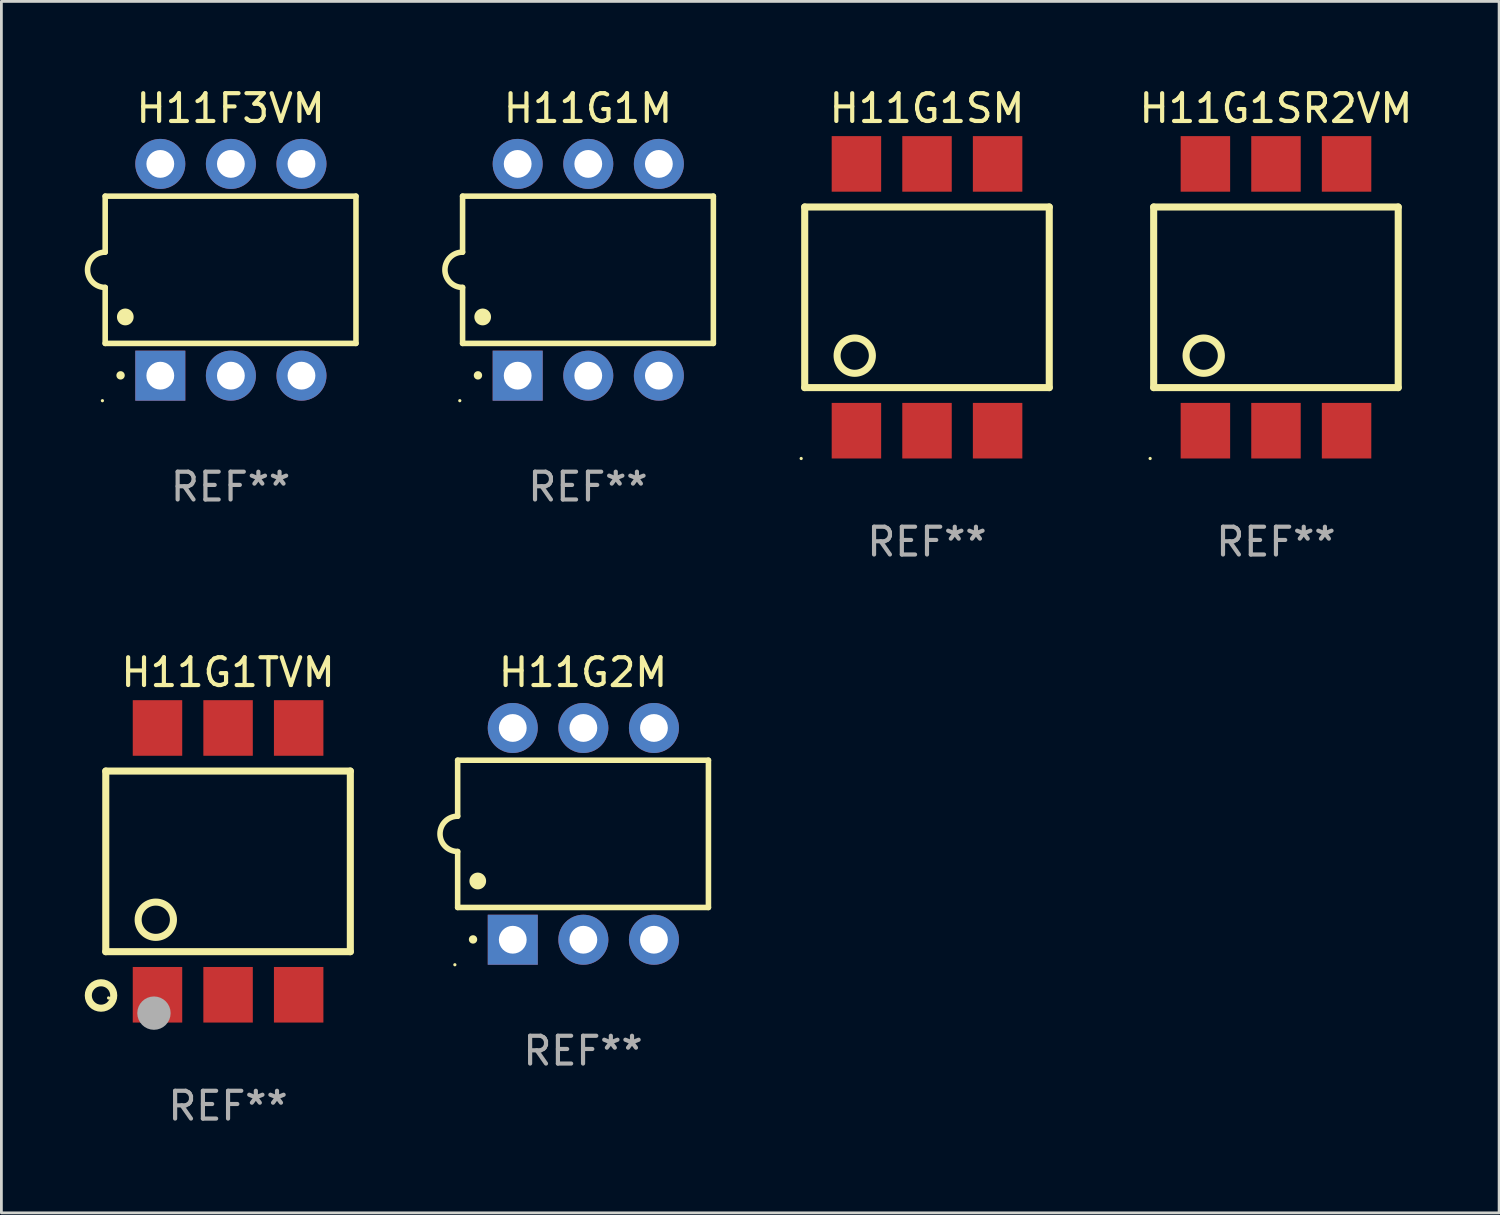
<source format=kicad_pcb>
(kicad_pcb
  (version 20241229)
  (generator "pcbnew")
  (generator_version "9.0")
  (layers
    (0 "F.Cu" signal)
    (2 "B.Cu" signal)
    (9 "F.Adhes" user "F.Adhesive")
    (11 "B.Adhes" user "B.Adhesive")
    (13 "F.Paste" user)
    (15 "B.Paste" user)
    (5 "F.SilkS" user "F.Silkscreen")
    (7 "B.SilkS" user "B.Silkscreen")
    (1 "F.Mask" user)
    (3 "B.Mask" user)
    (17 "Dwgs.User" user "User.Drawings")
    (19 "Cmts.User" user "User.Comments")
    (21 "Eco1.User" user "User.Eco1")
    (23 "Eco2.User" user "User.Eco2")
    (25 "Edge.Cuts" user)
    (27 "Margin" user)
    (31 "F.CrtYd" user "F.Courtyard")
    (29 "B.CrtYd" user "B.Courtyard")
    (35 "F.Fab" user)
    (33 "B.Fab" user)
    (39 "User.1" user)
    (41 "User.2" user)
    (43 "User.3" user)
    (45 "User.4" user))
  (footprint "H11G1TVM"
    (layer "F.Cu")
    (at 5.156 27.945)
    (property "Reference" "H11G1TVM" (at 0 -6.8 0) (layer "F.SilkS") (effects (font (size 1 1) (thickness 0.15))))
    (attr through_hole)
    (fp_line (start -4.4 -3.25) (end -4.4 3.25) (stroke (width 0.254) (type solid)) (layer "F.SilkS"))
    (fp_line (start -4.4 -3.25) (end 4.4 -3.25) (stroke (width 0.254) (type solid)) (layer "F.SilkS"))
    (fp_line (start 4.4 3.25) (end -4.4 3.25) (stroke (width 0.254) (type solid)) (layer "F.SilkS"))
    (fp_line (start 4.4 3.25) (end 4.4 -3.25) (stroke (width 0.254) (type solid)) (layer "F.SilkS"))
    (fp_circle (center -4.571 4.826) (end -4.113 4.826) (stroke (width 0.254) (type solid)) (fill no) (layer "F.SilkS"))
    (fp_circle (center -4.299 4.915) (end -4.269 4.915) (stroke (width 0.06) (type solid)) (fill no) (layer "F.SilkS"))
    (fp_circle (center -2.6 2.1) (end -1.965 2.1) (stroke (width 0.254) (type solid)) (fill no) (layer "F.SilkS"))
    (fp_circle (center -2.666 5.461) (end -2.366 5.461) (stroke (width 0.6) (type solid)) (fill no) (layer "F.Fab"))
    (fp_text user "REF**" (at 0 8.8 0) (layer "F.Fab") (effects (font (size 1 1) (thickness 0.15))))
    (pad "1" smd rect (at -2.539 4.8) (size 1.78 2) (layers "F.Cu" "F.Mask" "F.Paste"))
    (pad "2" smd rect (at 0.001 4.8) (size 1.78 2) (layers "F.Cu" "F.Mask" "F.Paste"))
    (pad "3" smd rect (at 2.541 4.8) (size 1.78 2) (layers "F.Cu" "F.Mask" "F.Paste"))
    (pad "4" smd rect (at 2.541 -4.8) (size 1.78 2) (layers "F.Cu" "F.Mask" "F.Paste"))
    (pad "5" smd rect (at 0.001 -4.8) (size 1.78 2) (layers "F.Cu" "F.Mask" "F.Paste"))
    (pad "6" smd rect (at -2.539 -4.8) (size 1.78 2) (layers "F.Cu" "F.Mask" "F.Paste")))
  (footprint "H11G2M"
    (layer "F.Cu")
    (at 17.93 26.955)
    (property "Reference" "H11G2M" (at 0 -5.81 0) (layer "F.SilkS") (effects (font (size 1 1) (thickness 0.15))))
    (attr through_hole)
    (fp_line (start -4.512 -2.649) (end 4.512 -2.649) (stroke (width 0.2) (type solid)) (layer "F.SilkS"))
    (fp_line (start -4.512 -0.635) (end -4.512 -2.649) (stroke (width 0.2) (type solid)) (layer "F.SilkS"))
    (fp_line (start -4.512 2.649) (end -4.512 0.635) (stroke (width 0.2) (type solid)) (layer "F.SilkS"))
    (fp_line (start 4.512 -2.649) (end 4.512 2.649) (stroke (width 0.2) (type solid)) (layer "F.SilkS"))
    (fp_line (start 4.512 2.649) (end -4.512 2.649) (stroke (width 0.2) (type solid)) (layer "F.SilkS"))
    (fp_arc (start -4.512319 0.635001) (mid -5.14732 0) (end -4.512319 -0.635001) (stroke (width 0.2) (type solid)) (layer "F.SilkS"))
    (fp_arc (start -3.958598 3.799848) (mid -3.958603 3.798578) (end -3.958598 3.797308) (stroke (width 0.3) (type solid)) (layer "F.SilkS"))
    (fp_arc (start -3.788418 1.699263) (mid -3.788429 1.696723) (end -3.788418 1.694183) (stroke (width 0.6) (type solid)) (layer "F.SilkS"))
    (fp_circle (center -4.612 4.71) (end -4.582 4.71) (stroke (width 0.06) (type solid)) (fill no) (layer "F.SilkS"))
    (fp_text user "REF**" (at 0 7.81 0) (layer "F.Fab") (effects (font (size 1 1) (thickness 0.15))))
    (pad "1" thru_hole rect (at -2.529 3.81 90) (size 1.8 1.8) (drill 1) (layers "*.Cu" "*.Mask"))
    (pad "2" thru_hole circle (at 0.011 3.81) (size 1.8 1.8) (drill 1) (layers "*.Cu" "*.Mask"))
    (pad "3" thru_hole circle (at 2.551 3.81) (size 1.8 1.8) (drill 1) (layers "*.Cu" "*.Mask"))
    (pad "4" thru_hole circle (at 2.551 -3.81) (size 1.8 1.8) (drill 1) (layers "*.Cu" "*.Mask"))
    (pad "5" thru_hole circle (at 0.011 -3.81) (size 1.8 1.8) (drill 1) (layers "*.Cu" "*.Mask"))
    (pad "6" thru_hole circle (at -2.529 -3.81) (size 1.8 1.8) (drill 1) (layers "*.Cu" "*.Mask")))
  (footprint "H11G1M"
    (layer "F.Cu")
    (at 18.107 6.658)
    (property "Reference" "H11G1M" (at 0 -5.81 0) (layer "F.SilkS") (effects (font (size 1 1) (thickness 0.15))))
    (attr through_hole)
    (fp_line (start -4.512 -2.649) (end 4.512 -2.649) (stroke (width 0.2) (type solid)) (layer "F.SilkS"))
    (fp_line (start -4.512 -0.635) (end -4.512 -2.649) (stroke (width 0.2) (type solid)) (layer "F.SilkS"))
    (fp_line (start -4.512 2.649) (end -4.512 0.635) (stroke (width 0.2) (type solid)) (layer "F.SilkS"))
    (fp_line (start 4.512 -2.649) (end 4.512 2.649) (stroke (width 0.2) (type solid)) (layer "F.SilkS"))
    (fp_line (start 4.512 2.649) (end -4.512 2.649) (stroke (width 0.2) (type solid)) (layer "F.SilkS"))
    (fp_arc (start -4.512319 0.635001) (mid -5.14732 0) (end -4.512319 -0.635001) (stroke (width 0.2) (type solid)) (layer "F.SilkS"))
    (fp_arc (start -3.958598 3.799848) (mid -3.958603 3.798578) (end -3.958598 3.797308) (stroke (width 0.3) (type solid)) (layer "F.SilkS"))
    (fp_arc (start -3.788418 1.699263) (mid -3.788429 1.696723) (end -3.788418 1.694183) (stroke (width 0.6) (type solid)) (layer "F.SilkS"))
    (fp_circle (center -4.612 4.71) (end -4.582 4.71) (stroke (width 0.06) (type solid)) (fill no) (layer "F.SilkS"))
    (fp_text user "REF**" (at 0 7.81 0) (layer "F.Fab") (effects (font (size 1 1) (thickness 0.15))))
    (pad "1" thru_hole rect (at -2.529 3.81 90) (size 1.8 1.8) (drill 1) (layers "*.Cu" "*.Mask"))
    (pad "2" thru_hole circle (at 0.011 3.81) (size 1.8 1.8) (drill 1) (layers "*.Cu" "*.Mask"))
    (pad "3" thru_hole circle (at 2.551 3.81) (size 1.8 1.8) (drill 1) (layers "*.Cu" "*.Mask"))
    (pad "4" thru_hole circle (at 2.551 -3.81) (size 1.8 1.8) (drill 1) (layers "*.Cu" "*.Mask"))
    (pad "5" thru_hole circle (at 0.011 -3.81) (size 1.8 1.8) (drill 1) (layers "*.Cu" "*.Mask"))
    (pad "6" thru_hole circle (at -2.529 -3.81) (size 1.8 1.8) (drill 1) (layers "*.Cu" "*.Mask")))
  (footprint "H11F3VM"
    (layer "F.Cu")
    (at 5.247 6.658)
    (property "Reference" "H11F3VM" (at 0 -5.81 0) (layer "F.SilkS") (effects (font (size 1 1) (thickness 0.15))))
    (attr through_hole)
    (fp_line (start -4.512 -2.649) (end 4.512 -2.649) (stroke (width 0.2) (type solid)) (layer "F.SilkS"))
    (fp_line (start -4.512 -0.635) (end -4.512 -2.649) (stroke (width 0.2) (type solid)) (layer "F.SilkS"))
    (fp_line (start -4.512 2.649) (end -4.512 0.635) (stroke (width 0.2) (type solid)) (layer "F.SilkS"))
    (fp_line (start 4.512 -2.649) (end 4.512 2.649) (stroke (width 0.2) (type solid)) (layer "F.SilkS"))
    (fp_line (start 4.512 2.649) (end -4.512 2.649) (stroke (width 0.2) (type solid)) (layer "F.SilkS"))
    (fp_arc (start -4.512319 0.635001) (mid -5.14732 0) (end -4.512319 -0.635001) (stroke (width 0.2) (type solid)) (layer "F.SilkS"))
    (fp_arc (start -3.958598 3.799848) (mid -3.958603 3.798578) (end -3.958598 3.797308) (stroke (width 0.3) (type solid)) (layer "F.SilkS"))
    (fp_arc (start -3.788418 1.699263) (mid -3.788429 1.696723) (end -3.788418 1.694183) (stroke (width 0.6) (type solid)) (layer "F.SilkS"))
    (fp_circle (center -4.612 4.71) (end -4.582 4.71) (stroke (width 0.06) (type solid)) (fill no) (layer "F.SilkS"))
    (fp_text user "REF**" (at 0 7.81 0) (layer "F.Fab") (effects (font (size 1 1) (thickness 0.15))))
    (pad "1" thru_hole rect (at -2.529 3.81 90) (size 1.8 1.8) (drill 1) (layers "*.Cu" "*.Mask"))
    (pad "2" thru_hole circle (at 0.011 3.81) (size 1.8 1.8) (drill 1) (layers "*.Cu" "*.Mask"))
    (pad "3" thru_hole circle (at 2.551 3.81) (size 1.8 1.8) (drill 1) (layers "*.Cu" "*.Mask"))
    (pad "4" thru_hole circle (at 2.551 -3.81) (size 1.8 1.8) (drill 1) (layers "*.Cu" "*.Mask"))
    (pad "5" thru_hole circle (at 0.011 -3.81) (size 1.8 1.8) (drill 1) (layers "*.Cu" "*.Mask"))
    (pad "6" thru_hole circle (at -2.529 -3.81) (size 1.8 1.8) (drill 1) (layers "*.Cu" "*.Mask")))
  (footprint "H11G1SR2VM"
    (layer "F.Cu")
    (at 42.863 7.648)
    (property "Reference" "H11G1SR2VM" (at 0 -6.8 0) (layer "F.SilkS") (effects (font (size 1 1) (thickness 0.15))))
    (attr through_hole)
    (fp_line (start -4.4 -3.25) (end -4.4 3.25) (stroke (width 0.254) (type solid)) (layer "F.SilkS"))
    (fp_line (start -4.4 -3.25) (end 4.4 -3.25) (stroke (width 0.254) (type solid)) (layer "F.SilkS"))
    (fp_line (start 4.4 3.25) (end -4.4 3.25) (stroke (width 0.254) (type solid)) (layer "F.SilkS"))
    (fp_line (start 4.4 3.25) (end 4.4 -3.25) (stroke (width 0.254) (type solid)) (layer "F.SilkS"))
    (fp_circle (center -4.527 5.8) (end -4.497 5.8) (stroke (width 0.06) (type solid)) (fill no) (layer "F.SilkS"))
    (fp_circle (center -2.6 2.1) (end -1.965 2.1) (stroke (width 0.254) (type solid)) (fill no) (layer "F.SilkS"))
    (fp_text user "REF**" (at 0 8.8 0) (layer "F.Fab") (effects (font (size 1 1) (thickness 0.15))))
    (pad "1" smd rect (at -2.539 4.8) (size 1.78 2) (layers "F.Cu" "F.Mask" "F.Paste"))
    (pad "2" smd rect (at 0.001 4.8) (size 1.78 2) (layers "F.Cu" "F.Mask" "F.Paste"))
    (pad "3" smd rect (at 2.541 4.8) (size 1.78 2) (layers "F.Cu" "F.Mask" "F.Paste"))
    (pad "4" smd rect (at 2.541 -4.8) (size 1.78 2) (layers "F.Cu" "F.Mask" "F.Paste"))
    (pad "5" smd rect (at 0.001 -4.8) (size 1.78 2) (layers "F.Cu" "F.Mask" "F.Paste"))
    (pad "6" smd rect (at -2.539 -4.8) (size 1.78 2) (layers "F.Cu" "F.Mask" "F.Paste")))
  (footprint "H11G1SM"
    (layer "F.Cu")
    (at 30.306 7.648)
    (property "Reference" "H11G1SM" (at 0 -6.8 0) (layer "F.SilkS") (effects (font (size 1 1) (thickness 0.15))))
    (attr through_hole)
    (fp_line (start -4.4 -3.25) (end -4.4 3.25) (stroke (width 0.254) (type solid)) (layer "F.SilkS"))
    (fp_line (start -4.4 -3.25) (end 4.4 -3.25) (stroke (width 0.254) (type solid)) (layer "F.SilkS"))
    (fp_line (start 4.4 3.25) (end -4.4 3.25) (stroke (width 0.254) (type solid)) (layer "F.SilkS"))
    (fp_line (start 4.4 3.25) (end 4.4 -3.25) (stroke (width 0.254) (type solid)) (layer "F.SilkS"))
    (fp_circle (center -4.527 5.8) (end -4.497 5.8) (stroke (width 0.06) (type solid)) (fill no) (layer "F.SilkS"))
    (fp_circle (center -2.6 2.1) (end -1.965 2.1) (stroke (width 0.254) (type solid)) (fill no) (layer "F.SilkS"))
    (fp_text user "REF**" (at 0 8.8 0) (layer "F.Fab") (effects (font (size 1 1) (thickness 0.15))))
    (pad "1" smd rect (at -2.539 4.8) (size 1.78 2) (layers "F.Cu" "F.Mask" "F.Paste"))
    (pad "2" smd rect (at 0.001 4.8) (size 1.78 2) (layers "F.Cu" "F.Mask" "F.Paste"))
    (pad "3" smd rect (at 2.541 4.8) (size 1.78 2) (layers "F.Cu" "F.Mask" "F.Paste"))
    (pad "4" smd rect (at 2.541 -4.8) (size 1.78 2) (layers "F.Cu" "F.Mask" "F.Paste"))
    (pad "5" smd rect (at 0.001 -4.8) (size 1.78 2) (layers "F.Cu" "F.Mask" "F.Paste"))
    (pad "6" smd rect (at -2.539 -4.8) (size 1.78 2) (layers "F.Cu" "F.Mask" "F.Paste")))
  (gr_rect
    (start -3 -3)
    (end 50.893 40.593)
    (stroke (width 0.1) (type default))
    (fill no)
    (layer "Edge.Cuts")))
</source>
